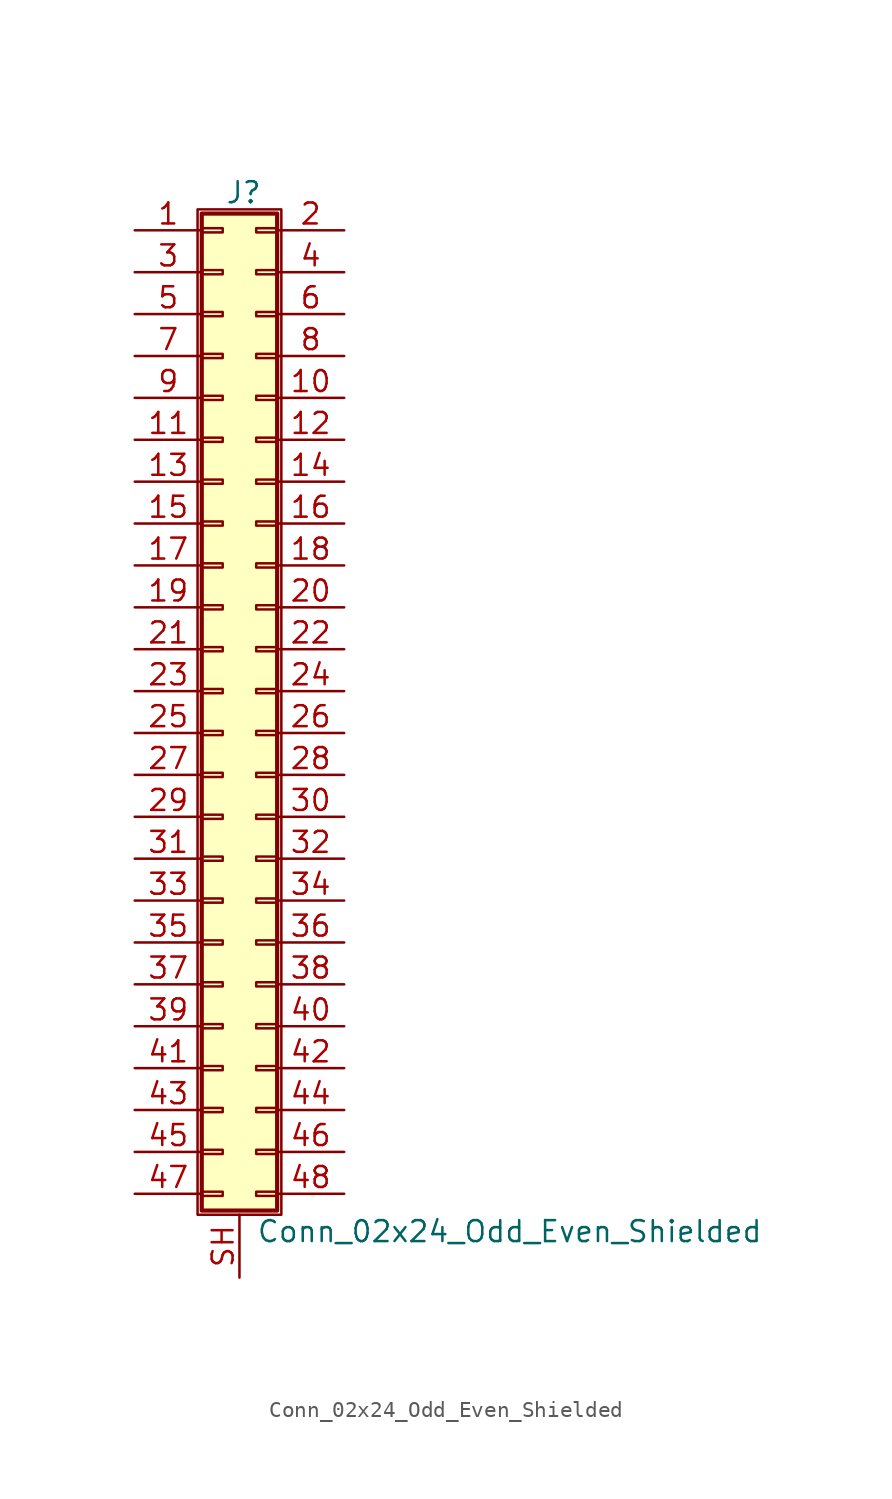
<source format=kicad_sym>
(kicad_symbol_lib
  (version 20201005)
  (generator kicad_symbol_editor)
  (symbol "Connector_Generic_Shielded:Conn_02x24_Odd_Even_Shielded"
    (pin_names
      (offset 1.016) hide)
    (property "Reference" "J"
      (at 1.524 30.226 0)
      (effects (font (size 1.27 1.27))))
    (property "Value" "Conn_02x24_Odd_Even_Shielded"
      (at 2.286 -32.766 0)
      (effects (font (size 1.27 1.27)) (justify left)))
    (symbol "Conn_02x24_Odd_Even_Shielded_1_1"
      (rectangle (start -1.016 -27.813) (end 0.254 -28.067) (stroke (width 0.152)) (fill (type none)))
      (rectangle (start -1.016 -30.353) (end 0.254 -30.607) (stroke (width 0.152)) (fill (type none)))
      (rectangle (start -1.016 -4.953) (end 0.254 -5.207) (stroke (width 0.152)) (fill (type none)))
      (rectangle (start -1.016 -7.493) (end 0.254 -7.747) (stroke (width 0.152)) (fill (type none)))
      (rectangle (start -1.016 -10.033) (end 0.254 -10.287) (stroke (width 0.152)) (fill (type none)))
      (rectangle (start -1.016 -12.573) (end 0.254 -12.827) (stroke (width 0.152)) (fill (type none)))
      (rectangle (start -1.016 -15.113) (end 0.254 -15.367) (stroke (width 0.152)) (fill (type none)))
      (rectangle (start -1.016 -17.653) (end 0.254 -17.907) (stroke (width 0.152)) (fill (type none)))
      (rectangle (start -1.016 -20.193) (end 0.254 -20.447) (stroke (width 0.152)) (fill (type none)))
      (rectangle (start -1.016 -22.733) (end 0.254 -22.987) (stroke (width 0.152)) (fill (type none)))
      (rectangle (start -1.016 -2.413) (end 0.254 -2.667) (stroke (width 0.152)) (fill (type none)))
      (rectangle (start -1.016 -25.273) (end 0.254 -25.527) (stroke (width 0.152)) (fill (type none)))
      (rectangle (start -1.016 25.527) (end 0.254 25.273) (stroke (width 0.152)) (fill (type none)))
      (rectangle (start -1.016 2.667) (end 0.254 2.413) (stroke (width 0.152)) (fill (type none)))
      (rectangle (start -1.016 28.067) (end 0.254 27.813) (stroke (width 0.152)) (fill (type none)))
      (rectangle (start -1.016 28.956) (end 3.556 -31.496) (stroke (width 0.254)) (fill (type background)))
      (rectangle (start -1.016 5.207) (end 0.254 4.953) (stroke (width 0.152)) (fill (type none)))
      (rectangle (start -1.016 7.747) (end 0.254 7.493) (stroke (width 0.152)) (fill (type none)))
      (rectangle (start -1.016 10.287) (end 0.254 10.033) (stroke (width 0.152)) (fill (type none)))
      (rectangle (start -1.016 0.127) (end 0.254 -0.127) (stroke (width 0.152)) (fill (type none)))
      (rectangle (start -1.016 12.827) (end 0.254 12.573) (stroke (width 0.152)) (fill (type none)))
      (rectangle (start -1.016 15.367) (end 0.254 15.113) (stroke (width 0.152)) (fill (type none)))
      (rectangle (start -1.016 17.907) (end 0.254 17.653) (stroke (width 0.152)) (fill (type none)))
      (rectangle (start -1.016 20.447) (end 0.254 20.193) (stroke (width 0.152)) (fill (type none)))
      (rectangle (start -1.016 22.987) (end 0.254 22.733) (stroke (width 0.152)) (fill (type none)))
      (rectangle (start -1.27 29.21) (end 3.81 -31.75) (stroke (width 0.152)) (fill (type none)))
      (rectangle (start 3.556 -27.813) (end 2.286 -28.067) (stroke (width 0.152)) (fill (type none)))
      (rectangle (start 3.556 -30.353) (end 2.286 -30.607) (stroke (width 0.152)) (fill (type none)))
      (rectangle (start 3.556 -4.953) (end 2.286 -5.207) (stroke (width 0.152)) (fill (type none)))
      (rectangle (start 3.556 -7.493) (end 2.286 -7.747) (stroke (width 0.152)) (fill (type none)))
      (rectangle (start 3.556 -10.033) (end 2.286 -10.287) (stroke (width 0.152)) (fill (type none)))
      (rectangle (start 3.556 -12.573) (end 2.286 -12.827) (stroke (width 0.152)) (fill (type none)))
      (rectangle (start 3.556 -15.113) (end 2.286 -15.367) (stroke (width 0.152)) (fill (type none)))
      (rectangle (start 3.556 -17.653) (end 2.286 -17.907) (stroke (width 0.152)) (fill (type none)))
      (rectangle (start 3.556 -20.193) (end 2.286 -20.447) (stroke (width 0.152)) (fill (type none)))
      (rectangle (start 3.556 -22.733) (end 2.286 -22.987) (stroke (width 0.152)) (fill (type none)))
      (rectangle (start 3.556 -2.413) (end 2.286 -2.667) (stroke (width 0.152)) (fill (type none)))
      (rectangle (start 3.556 -25.273) (end 2.286 -25.527) (stroke (width 0.152)) (fill (type none)))
      (rectangle (start 3.556 25.527) (end 2.286 25.273) (stroke (width 0.152)) (fill (type none)))
      (rectangle (start 3.556 2.667) (end 2.286 2.413) (stroke (width 0.152)) (fill (type none)))
      (rectangle (start 3.556 28.067) (end 2.286 27.813) (stroke (width 0.152)) (fill (type none)))
      (rectangle (start 3.556 5.207) (end 2.286 4.953) (stroke (width 0.152)) (fill (type none)))
      (rectangle (start 3.556 7.747) (end 2.286 7.493) (stroke (width 0.152)) (fill (type none)))
      (rectangle (start 3.556 10.287) (end 2.286 10.033) (stroke (width 0.152)) (fill (type none)))
      (rectangle (start 3.556 0.127) (end 2.286 -0.127) (stroke (width 0.152)) (fill (type none)))
      (rectangle (start 3.556 12.827) (end 2.286 12.573) (stroke (width 0.152)) (fill (type none)))
      (rectangle (start 3.556 15.367) (end 2.286 15.113) (stroke (width 0.152)) (fill (type none)))
      (rectangle (start 3.556 17.907) (end 2.286 17.653) (stroke (width 0.152)) (fill (type none)))
      (rectangle (start 3.556 20.447) (end 2.286 20.193) (stroke (width 0.152)) (fill (type none)))
      (rectangle (start 3.556 22.987) (end 2.286 22.733) (stroke (width 0.152)) (fill (type none)))
      (pin passive line (at -5.08 27.94 0) (length 4.064) (name "Pin_1" (effects (font (size 1.27 1.27)))) (number "1" (effects (font (size 1.27 1.27)))))
      (pin passive line (at 7.62 17.78 180) (length 4.064) (name "Pin_10" (effects (font (size 1.27 1.27)))) (number "10" (effects (font (size 1.27 1.27)))))
      (pin passive line (at -5.08 15.24 0) (length 4.064) (name "Pin_11" (effects (font (size 1.27 1.27)))) (number "11" (effects (font (size 1.27 1.27)))))
      (pin passive line (at 7.62 15.24 180) (length 4.064) (name "Pin_12" (effects (font (size 1.27 1.27)))) (number "12" (effects (font (size 1.27 1.27)))))
      (pin passive line (at -5.08 12.7 0) (length 4.064) (name "Pin_13" (effects (font (size 1.27 1.27)))) (number "13" (effects (font (size 1.27 1.27)))))
      (pin passive line (at 7.62 12.7 180) (length 4.064) (name "Pin_14" (effects (font (size 1.27 1.27)))) (number "14" (effects (font (size 1.27 1.27)))))
      (pin passive line (at -5.08 10.16 0) (length 4.064) (name "Pin_15" (effects (font (size 1.27 1.27)))) (number "15" (effects (font (size 1.27 1.27)))))
      (pin passive line (at 7.62 10.16 180) (length 4.064) (name "Pin_16" (effects (font (size 1.27 1.27)))) (number "16" (effects (font (size 1.27 1.27)))))
      (pin passive line (at -5.08 7.62 0) (length 4.064) (name "Pin_17" (effects (font (size 1.27 1.27)))) (number "17" (effects (font (size 1.27 1.27)))))
      (pin passive line (at 7.62 7.62 180) (length 4.064) (name "Pin_18" (effects (font (size 1.27 1.27)))) (number "18" (effects (font (size 1.27 1.27)))))
      (pin passive line (at -5.08 5.08 0) (length 4.064) (name "Pin_19" (effects (font (size 1.27 1.27)))) (number "19" (effects (font (size 1.27 1.27)))))
      (pin passive line (at 7.62 27.94 180) (length 4.064) (name "Pin_2" (effects (font (size 1.27 1.27)))) (number "2" (effects (font (size 1.27 1.27)))))
      (pin passive line (at 7.62 5.08 180) (length 4.064) (name "Pin_20" (effects (font (size 1.27 1.27)))) (number "20" (effects (font (size 1.27 1.27)))))
      (pin passive line (at -5.08 2.54 0) (length 4.064) (name "Pin_21" (effects (font (size 1.27 1.27)))) (number "21" (effects (font (size 1.27 1.27)))))
      (pin passive line (at 7.62 2.54 180) (length 4.064) (name "Pin_22" (effects (font (size 1.27 1.27)))) (number "22" (effects (font (size 1.27 1.27)))))
      (pin passive line (at -5.08 0 0) (length 4.064) (name "Pin_23" (effects (font (size 1.27 1.27)))) (number "23" (effects (font (size 1.27 1.27)))))
      (pin passive line (at 7.62 0 180) (length 4.064) (name "Pin_24" (effects (font (size 1.27 1.27)))) (number "24" (effects (font (size 1.27 1.27)))))
      (pin passive line (at -5.08 -2.54 0) (length 4.064) (name "Pin_25" (effects (font (size 1.27 1.27)))) (number "25" (effects (font (size 1.27 1.27)))))
      (pin passive line (at 7.62 -2.54 180) (length 4.064) (name "Pin_26" (effects (font (size 1.27 1.27)))) (number "26" (effects (font (size 1.27 1.27)))))
      (pin passive line (at -5.08 -5.08 0) (length 4.064) (name "Pin_27" (effects (font (size 1.27 1.27)))) (number "27" (effects (font (size 1.27 1.27)))))
      (pin passive line (at 7.62 -5.08 180) (length 4.064) (name "Pin_28" (effects (font (size 1.27 1.27)))) (number "28" (effects (font (size 1.27 1.27)))))
      (pin passive line (at -5.08 -7.62 0) (length 4.064) (name "Pin_29" (effects (font (size 1.27 1.27)))) (number "29" (effects (font (size 1.27 1.27)))))
      (pin passive line (at -5.08 25.4 0) (length 4.064) (name "Pin_3" (effects (font (size 1.27 1.27)))) (number "3" (effects (font (size 1.27 1.27)))))
      (pin passive line (at 7.62 -7.62 180) (length 4.064) (name "Pin_30" (effects (font (size 1.27 1.27)))) (number "30" (effects (font (size 1.27 1.27)))))
      (pin passive line (at -5.08 -10.16 0) (length 4.064) (name "Pin_31" (effects (font (size 1.27 1.27)))) (number "31" (effects (font (size 1.27 1.27)))))
      (pin passive line (at 7.62 -10.16 180) (length 4.064) (name "Pin_32" (effects (font (size 1.27 1.27)))) (number "32" (effects (font (size 1.27 1.27)))))
      (pin passive line (at -5.08 -12.7 0) (length 4.064) (name "Pin_33" (effects (font (size 1.27 1.27)))) (number "33" (effects (font (size 1.27 1.27)))))
      (pin passive line (at 7.62 -12.7 180) (length 4.064) (name "Pin_34" (effects (font (size 1.27 1.27)))) (number "34" (effects (font (size 1.27 1.27)))))
      (pin passive line (at -5.08 -15.24 0) (length 4.064) (name "Pin_35" (effects (font (size 1.27 1.27)))) (number "35" (effects (font (size 1.27 1.27)))))
      (pin passive line (at 7.62 -15.24 180) (length 4.064) (name "Pin_36" (effects (font (size 1.27 1.27)))) (number "36" (effects (font (size 1.27 1.27)))))
      (pin passive line (at -5.08 -17.78 0) (length 4.064) (name "Pin_37" (effects (font (size 1.27 1.27)))) (number "37" (effects (font (size 1.27 1.27)))))
      (pin passive line (at 7.62 -17.78 180) (length 4.064) (name "Pin_38" (effects (font (size 1.27 1.27)))) (number "38" (effects (font (size 1.27 1.27)))))
      (pin passive line (at -5.08 -20.32 0) (length 4.064) (name "Pin_39" (effects (font (size 1.27 1.27)))) (number "39" (effects (font (size 1.27 1.27)))))
      (pin passive line (at 7.62 25.4 180) (length 4.064) (name "Pin_4" (effects (font (size 1.27 1.27)))) (number "4" (effects (font (size 1.27 1.27)))))
      (pin passive line (at 7.62 -20.32 180) (length 4.064) (name "Pin_40" (effects (font (size 1.27 1.27)))) (number "40" (effects (font (size 1.27 1.27)))))
      (pin passive line (at -5.08 -22.86 0) (length 4.064) (name "Pin_41" (effects (font (size 1.27 1.27)))) (number "41" (effects (font (size 1.27 1.27)))))
      (pin passive line (at 7.62 -22.86 180) (length 4.064) (name "Pin_42" (effects (font (size 1.27 1.27)))) (number "42" (effects (font (size 1.27 1.27)))))
      (pin passive line (at -5.08 -25.4 0) (length 4.064) (name "Pin_43" (effects (font (size 1.27 1.27)))) (number "43" (effects (font (size 1.27 1.27)))))
      (pin passive line (at 7.62 -25.4 180) (length 4.064) (name "Pin_44" (effects (font (size 1.27 1.27)))) (number "44" (effects (font (size 1.27 1.27)))))
      (pin passive line (at -5.08 -27.94 0) (length 4.064) (name "Pin_45" (effects (font (size 1.27 1.27)))) (number "45" (effects (font (size 1.27 1.27)))))
      (pin passive line (at 7.62 -27.94 180) (length 4.064) (name "Pin_46" (effects (font (size 1.27 1.27)))) (number "46" (effects (font (size 1.27 1.27)))))
      (pin passive line (at -5.08 -30.48 0) (length 4.064) (name "Pin_47" (effects (font (size 1.27 1.27)))) (number "47" (effects (font (size 1.27 1.27)))))
      (pin passive line (at 7.62 -30.48 180) (length 4.064) (name "Pin_48" (effects (font (size 1.27 1.27)))) (number "48" (effects (font (size 1.27 1.27)))))
      (pin passive line (at -5.08 22.86 0) (length 4.064) (name "Pin_5" (effects (font (size 1.27 1.27)))) (number "5" (effects (font (size 1.27 1.27)))))
      (pin passive line (at 7.62 22.86 180) (length 4.064) (name "Pin_6" (effects (font (size 1.27 1.27)))) (number "6" (effects (font (size 1.27 1.27)))))
      (pin passive line (at -5.08 20.32 0) (length 4.064) (name "Pin_7" (effects (font (size 1.27 1.27)))) (number "7" (effects (font (size 1.27 1.27)))))
      (pin passive line (at 7.62 20.32 180) (length 4.064) (name "Pin_8" (effects (font (size 1.27 1.27)))) (number "8" (effects (font (size 1.27 1.27)))))
      (pin passive line (at -5.08 17.78 0) (length 4.064) (name "Pin_9" (effects (font (size 1.27 1.27)))) (number "9" (effects (font (size 1.27 1.27)))))
      (pin passive line (at 1.27 -35.56 90) (length 3.81) (name "Shield" (effects (font (size 1.27 1.27)))) (number "SH" (effects (font (size 1.27 1.27))))))))
</source>
